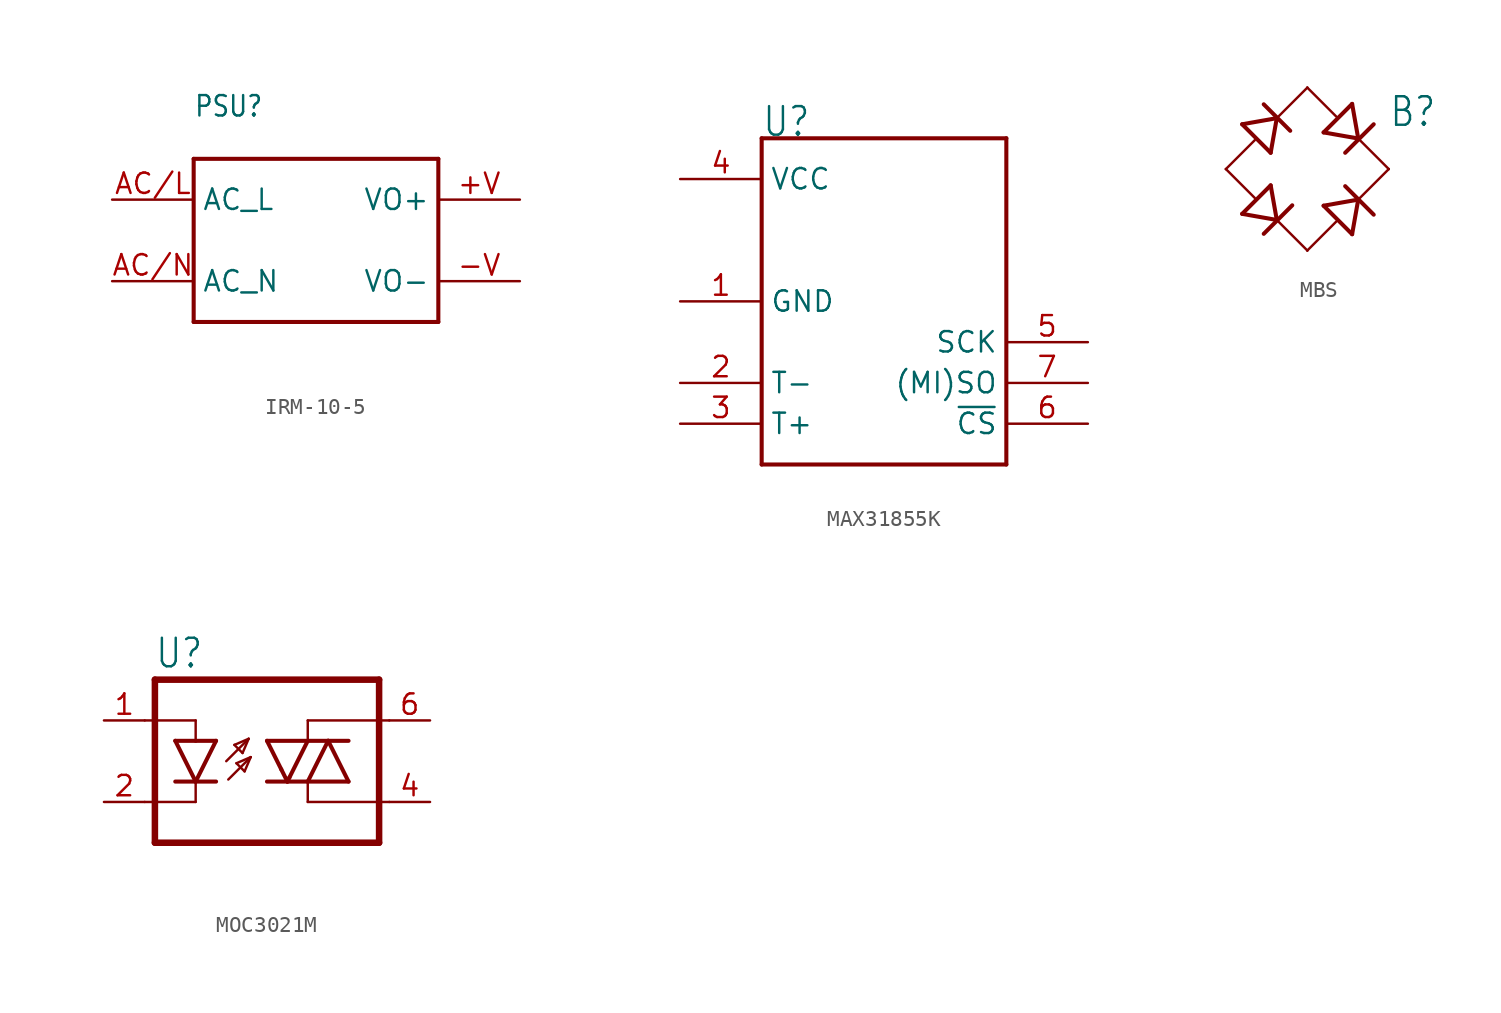
<source format=kicad_sym>
(kicad_symbol_lib
  (version 20220914)
  (generator kicad_symbol_editor)
  (symbol "IRM-10-5"
    (property "Reference" "PSU"
      (at -7.62 7.62 0)
      (effects (font (size 1.27 1.079)) (justify left bottom)))
    (property "Value" ""
      (at -7.62 -7.62 0)
      (effects (font (size 1.27 1.079)) (justify left bottom)))
    (property "ki_locked" ""
      (at 0 0 0)
      (effects (font (size 1.27 1.27))))
    (symbol "IRM-10-5_1_0"
      (polyline (pts (xy -7.62 -5.08) (xy -7.62 5.08)) (stroke (width 0.254) (type solid)) (fill (type none)))
      (polyline (pts (xy -7.62 5.08) (xy 7.62 5.08)) (stroke (width 0.254) (type solid)) (fill (type none)))
      (polyline (pts (xy 7.62 -5.08) (xy -7.62 -5.08)) (stroke (width 0.254) (type solid)) (fill (type none)))
      (polyline (pts (xy 7.62 5.08) (xy 7.62 -5.08)) (stroke (width 0.254) (type solid)) (fill (type none)))
      (pin bidirectional line (at 12.7 2.54 180) (length 5.08) (name "VO+" (effects (font (size 1.27 1.27)))) (number "+V" (effects (font (size 1.27 1.27)))))
      (pin bidirectional line (at 12.7 -2.54 180) (length 5.08) (name "VO-" (effects (font (size 1.27 1.27)))) (number "-V" (effects (font (size 1.27 1.27)))))
      (pin bidirectional line (at -12.7 2.54 0) (length 5.08) (name "AC_L" (effects (font (size 1.27 1.27)))) (number "AC/L" (effects (font (size 1.27 1.27)))))
      (pin bidirectional line (at -12.7 -2.54 0) (length 5.08) (name "AC_N" (effects (font (size 1.27 1.27)))) (number "AC/N" (effects (font (size 1.27 1.27)))))))
  (symbol "MAX31855K"
    (property "Reference" "U"
      (at -7.62 10.16 0)
      (effects (font (size 1.778 1.511)) (justify left bottom)))
    (property "ki_locked" ""
      (at 0 0 0)
      (effects (font (size 1.27 1.27))))
    (symbol "MAX31855K_1_0"
      (polyline (pts (xy -7.62 -10.16) (xy 7.62 -10.16)) (stroke (width 0.254) (type solid)) (fill (type none)))
      (polyline (pts (xy -7.62 10.16) (xy -7.62 -10.16)) (stroke (width 0.254) (type solid)) (fill (type none)))
      (polyline (pts (xy 7.62 -10.16) (xy 7.62 10.16)) (stroke (width 0.254) (type solid)) (fill (type none)))
      (polyline (pts (xy 7.62 10.16) (xy -7.62 10.16)) (stroke (width 0.254) (type solid)) (fill (type none)))
      (pin bidirectional line (at -12.7 0 0) (length 5.08) (name "GND" (effects (font (size 1.27 1.27)))) (number "1" (effects (font (size 1.27 1.27)))))
      (pin bidirectional line (at -12.7 -5.08 0) (length 5.08) (name "T-" (effects (font (size 1.27 1.27)))) (number "2" (effects (font (size 1.27 1.27)))))
      (pin bidirectional line (at -12.7 -7.62 0) (length 5.08) (name "T+" (effects (font (size 1.27 1.27)))) (number "3" (effects (font (size 1.27 1.27)))))
      (pin bidirectional line (at -12.7 7.62 0) (length 5.08) (name "VCC" (effects (font (size 1.27 1.27)))) (number "4" (effects (font (size 1.27 1.27)))))
      (pin bidirectional line (at 12.7 -2.54 180) (length 5.08) (name "SCK" (effects (font (size 1.27 1.27)))) (number "5" (effects (font (size 1.27 1.27)))))
      (pin bidirectional line (at 12.7 -7.62 180) (length 5.08) (name "~{CS}" (effects (font (size 1.27 1.27)))) (number "6" (effects (font (size 1.27 1.27)))))
      (pin bidirectional line (at 12.7 -5.08 180) (length 5.08) (name "(MI)SO" (effects (font (size 1.27 1.27)))) (number "7" (effects (font (size 1.27 1.27)))))))
  (symbol "MBS"
    (property "Reference" "B"
      (at 5.08 2.54 0)
      (effects (font (size 1.778 1.511)) (justify left bottom)))
    (property "Value" ""
      (at 5.08 -5.08 0)
      (effects (font (size 1.778 1.511)) (justify left bottom)))
    (property "ki_locked" ""
      (at 0 0 0)
      (effects (font (size 1.27 1.27))))
    (symbol "MBS_1_0"
      (polyline (pts (xy -5.08 0) (xy -3.277 1.803)) (stroke (width 0.152) (type solid)) (fill (type none)))
      (polyline (pts (xy -4.064 -2.794) (xy -2.286 -1.016)) (stroke (width 0.254) (type solid)) (fill (type none)))
      (polyline (pts (xy -4.064 2.794) (xy -2.286 1.016)) (stroke (width 0.254) (type solid)) (fill (type none)))
      (polyline (pts (xy -3.277 -1.803) (xy -5.08 0)) (stroke (width 0.152) (type solid)) (fill (type none)))
      (polyline (pts (xy -2.718 -4.039) (xy -0.94 -2.261)) (stroke (width 0.254) (type solid)) (fill (type none)))
      (polyline (pts (xy -2.718 4.039) (xy -1.067 2.388)) (stroke (width 0.254) (type solid)) (fill (type none)))
      (polyline (pts (xy -1.905 -3.175) (xy -4.064 -2.794)) (stroke (width 0.254) (type solid)) (fill (type none)))
      (polyline (pts (xy -1.905 -3.175) (xy -2.286 -1.016)) (stroke (width 0.254) (type solid)) (fill (type none)))
      (polyline (pts (xy -1.905 3.175) (xy -4.064 2.794)) (stroke (width 0.254) (type solid)) (fill (type none)))
      (polyline (pts (xy -1.905 3.175) (xy -2.286 1.016)) (stroke (width 0.254) (type solid)) (fill (type none)))
      (polyline (pts (xy -1.905 3.175) (xy 0 5.08)) (stroke (width 0.152) (type solid)) (fill (type none)))
      (polyline (pts (xy 0 -5.08) (xy -1.905 -3.175)) (stroke (width 0.152) (type solid)) (fill (type none)))
      (polyline (pts (xy 0 -5.08) (xy 1.803 -3.277)) (stroke (width 0.152) (type solid)) (fill (type none)))
      (polyline (pts (xy 0 5.08) (xy 1.803 3.277)) (stroke (width 0.152) (type solid)) (fill (type none)))
      (polyline (pts (xy 1.016 -2.286) (xy 2.794 -4.064)) (stroke (width 0.254) (type solid)) (fill (type none)))
      (polyline (pts (xy 1.016 2.286) (xy 2.794 4.064)) (stroke (width 0.254) (type solid)) (fill (type none)))
      (polyline (pts (xy 2.362 -1.067) (xy 4.14 -2.845)) (stroke (width 0.254) (type solid)) (fill (type none)))
      (polyline (pts (xy 2.362 1.016) (xy 4.14 2.794)) (stroke (width 0.254) (type solid)) (fill (type none)))
      (polyline (pts (xy 3.175 -1.905) (xy 1.016 -2.286)) (stroke (width 0.254) (type solid)) (fill (type none)))
      (polyline (pts (xy 3.175 -1.905) (xy 2.794 -4.064)) (stroke (width 0.254) (type solid)) (fill (type none)))
      (polyline (pts (xy 3.175 1.905) (xy 1.016 2.286)) (stroke (width 0.254) (type solid)) (fill (type none)))
      (polyline (pts (xy 3.175 1.905) (xy 2.794 4.064)) (stroke (width 0.254) (type solid)) (fill (type none)))
      (polyline (pts (xy 3.175 1.905) (xy 5.08 0)) (stroke (width 0.152) (type solid)) (fill (type none)))
      (polyline (pts (xy 5.08 0) (xy 3.175 -1.905)) (stroke (width 0.152) (type solid)) (fill (type none)))
      (pin passive line (at 5.08 0 180) (length 0) (name "+" (effects (font (size 0 0)))) (number "+" (effects (font (size 0 0)))))
      (pin passive line (at -5.08 0 0) (length 0) (name "-" (effects (font (size 0 0)))) (number "-" (effects (font (size 0 0)))))
      (pin passive line (at 0 5.08 270) (length 0) (name "AC1" (effects (font (size 0 0)))) (number "~1" (effects (font (size 0 0)))))
      (pin passive line (at 0 -5.08 90) (length 0) (name "AC2" (effects (font (size 0 0)))) (number "~2" (effects (font (size 0 0)))))))
  (symbol "MOC3021M"
    (property "Reference" "U"
      (at -7.01 5.69 0)
      (effects (font (size 1.778 1.511)) (justify left bottom)))
    (property "Value" ""
      (at -7.01 -7.544 0)
      (effects (font (size 1.778 1.511)) (justify left bottom)))
    (property "ki_locked" ""
      (at 0 0 0)
      (effects (font (size 1.27 1.27))))
    (symbol "MOC3021M_1_0"
      (polyline (pts (xy -7.62 -2.54) (xy -4.445 -2.54)) (stroke (width 0.152) (type solid)) (fill (type none)))
      (polyline (pts (xy -7.62 2.54) (xy -4.445 2.54)) (stroke (width 0.152) (type solid)) (fill (type none)))
      (polyline (pts (xy -6.985 -5.08) (xy 6.985 -5.08)) (stroke (width 0.406) (type solid)) (fill (type none)))
      (polyline (pts (xy -6.985 5.08) (xy -6.985 -5.08)) (stroke (width 0.406) (type solid)) (fill (type none)))
      (polyline (pts (xy -6.985 5.08) (xy 6.985 5.08)) (stroke (width 0.406) (type solid)) (fill (type none)))
      (polyline (pts (xy -4.445 -1.27) (xy -5.715 -1.27)) (stroke (width 0.254) (type solid)) (fill (type none)))
      (polyline (pts (xy -4.445 -1.27) (xy -5.715 1.27)) (stroke (width 0.254) (type solid)) (fill (type none)))
      (polyline (pts (xy -4.445 -1.27) (xy -4.445 -2.54)) (stroke (width 0.152) (type solid)) (fill (type none)))
      (polyline (pts (xy -4.445 1.27) (xy -5.715 1.27)) (stroke (width 0.254) (type solid)) (fill (type none)))
      (polyline (pts (xy -4.445 2.54) (xy -4.445 1.27)) (stroke (width 0.152) (type solid)) (fill (type none)))
      (polyline (pts (xy -3.175 -1.27) (xy -4.445 -1.27)) (stroke (width 0.254) (type solid)) (fill (type none)))
      (polyline (pts (xy -3.175 1.27) (xy -4.445 -1.27)) (stroke (width 0.254) (type solid)) (fill (type none)))
      (polyline (pts (xy -3.175 1.27) (xy -4.445 1.27)) (stroke (width 0.254) (type solid)) (fill (type none)))
      (polyline (pts (xy -2.54 0) (xy -1.143 1.397)) (stroke (width 0.152) (type solid)) (fill (type none)))
      (polyline (pts (xy -2.413 -1.143) (xy -1.016 0.254)) (stroke (width 0.152) (type solid)) (fill (type none)))
      (polyline (pts (xy -2.032 1.016) (xy -1.524 0.508)) (stroke (width 0.152) (type solid)) (fill (type none)))
      (polyline (pts (xy -1.905 -0.127) (xy -1.397 -0.635)) (stroke (width 0.152) (type solid)) (fill (type none)))
      (polyline (pts (xy -1.524 0.508) (xy -1.143 1.397)) (stroke (width 0.152) (type solid)) (fill (type none)))
      (polyline (pts (xy -1.397 -0.635) (xy -1.016 0.254)) (stroke (width 0.152) (type solid)) (fill (type none)))
      (polyline (pts (xy -1.143 1.397) (xy -2.032 1.016)) (stroke (width 0.152) (type solid)) (fill (type none)))
      (polyline (pts (xy -1.016 0.254) (xy -1.905 -0.127)) (stroke (width 0.152) (type solid)) (fill (type none)))
      (polyline (pts (xy 0.889 -0.508) (xy 0 1.27)) (stroke (width 0.254) (type solid)) (fill (type none)))
      (polyline (pts (xy 1.27 -1.27) (xy 0 -1.27)) (stroke (width 0.254) (type solid)) (fill (type none)))
      (polyline (pts (xy 1.27 -1.27) (xy 0.889 -0.508)) (stroke (width 0.254) (type solid)) (fill (type none)))
      (polyline (pts (xy 1.397 -1.016) (xy 1.27 -1.27)) (stroke (width 0.254) (type solid)) (fill (type none)))
      (polyline (pts (xy 2.54 -2.54) (xy 2.54 -1.27)) (stroke (width 0.152) (type solid)) (fill (type none)))
      (polyline (pts (xy 2.54 -2.54) (xy 7.62 -2.54)) (stroke (width 0.152) (type solid)) (fill (type none)))
      (polyline (pts (xy 2.54 -1.27) (xy 1.27 -1.27)) (stroke (width 0.254) (type solid)) (fill (type none)))
      (polyline (pts (xy 2.54 -1.27) (xy 3.81 1.27)) (stroke (width 0.254) (type solid)) (fill (type none)))
      (polyline (pts (xy 2.54 -1.27) (xy 5.08 -1.27)) (stroke (width 0.254) (type solid)) (fill (type none)))
      (polyline (pts (xy 2.54 1.27) (xy 0 1.27)) (stroke (width 0.254) (type solid)) (fill (type none)))
      (polyline (pts (xy 2.54 1.27) (xy 1.397 -1.016)) (stroke (width 0.254) (type solid)) (fill (type none)))
      (polyline (pts (xy 2.54 1.27) (xy 3.81 1.27)) (stroke (width 0.254) (type solid)) (fill (type none)))
      (polyline (pts (xy 2.54 2.54) (xy 2.54 1.27)) (stroke (width 0.152) (type solid)) (fill (type none)))
      (polyline (pts (xy 2.54 2.54) (xy 7.62 2.54)) (stroke (width 0.152) (type solid)) (fill (type none)))
      (polyline (pts (xy 3.81 1.27) (xy 5.08 -1.27)) (stroke (width 0.254) (type solid)) (fill (type none)))
      (polyline (pts (xy 3.81 1.27) (xy 5.08 1.27)) (stroke (width 0.254) (type solid)) (fill (type none)))
      (polyline (pts (xy 6.985 -5.08) (xy 6.985 5.08)) (stroke (width 0.406) (type solid)) (fill (type none)))
      (pin passive line (at -10.16 2.54 0) (length 2.54) (name "A" (effects (font (size 0 0)))) (number "1" (effects (font (size 1.27 1.27)))))
      (pin passive line (at -10.16 -2.54 0) (length 2.54) (name "C" (effects (font (size 0 0)))) (number "2" (effects (font (size 1.27 1.27)))))
      (pin passive line (at 10.16 -2.54 180) (length 2.54) (name "A1" (effects (font (size 0 0)))) (number "4" (effects (font (size 1.27 1.27)))))
      (pin passive line (at 10.16 2.54 180) (length 2.54) (name "A2" (effects (font (size 0 0)))) (number "6" (effects (font (size 1.27 1.27))))))))
</source>
